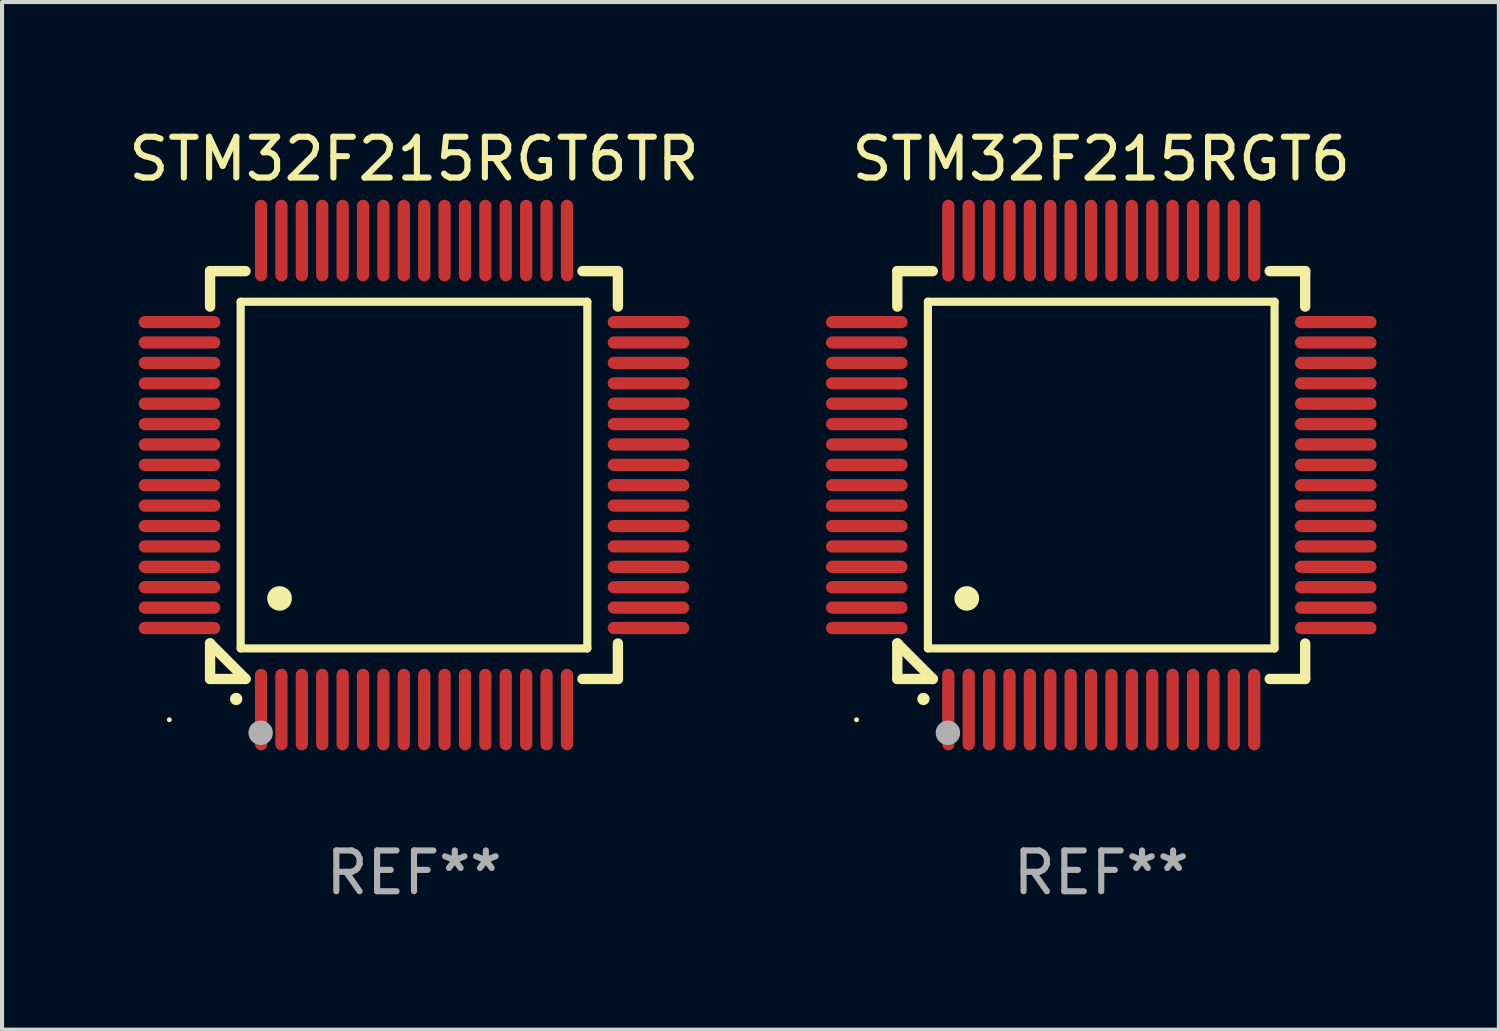
<source format=kicad_pcb>
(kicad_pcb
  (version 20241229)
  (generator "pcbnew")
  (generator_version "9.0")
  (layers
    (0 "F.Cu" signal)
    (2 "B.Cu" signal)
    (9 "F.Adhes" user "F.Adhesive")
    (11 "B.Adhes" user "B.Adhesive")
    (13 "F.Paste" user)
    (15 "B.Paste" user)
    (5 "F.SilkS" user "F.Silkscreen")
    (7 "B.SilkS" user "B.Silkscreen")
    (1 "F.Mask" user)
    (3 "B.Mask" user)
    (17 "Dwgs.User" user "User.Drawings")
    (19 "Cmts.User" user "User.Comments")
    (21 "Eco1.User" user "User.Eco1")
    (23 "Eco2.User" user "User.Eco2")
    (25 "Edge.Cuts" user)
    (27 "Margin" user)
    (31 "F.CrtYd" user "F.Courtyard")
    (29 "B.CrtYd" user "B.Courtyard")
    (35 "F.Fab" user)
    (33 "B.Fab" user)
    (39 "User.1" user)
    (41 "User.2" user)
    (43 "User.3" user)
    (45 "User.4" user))
  (footprint "STM32F215RGT6TR"
    (layer "F.Cu")
    (at 7.101 8.598)
    (property "Reference" "STM32F215RGT6TR" (at 0 -7.75 0) (layer "F.SilkS") (effects (font (size 1 1) (thickness 0.15))))
    (attr through_hole)
    (fp_line (start -5 -5) (end -4.131 -5) (stroke (width 0.254) (type solid)) (layer "F.SilkS"))
    (fp_line (start -5 -4.131) (end -5 -5) (stroke (width 0.254) (type solid)) (layer "F.SilkS"))
    (fp_line (start -5 4.131) (end -5 4.131) (stroke (width 0.254) (type solid)) (layer "F.SilkS"))
    (fp_line (start -5 5) (end -5 4.131) (stroke (width 0.254) (type solid)) (layer "F.SilkS"))
    (fp_line (start -5 4.131) (end -4.131 5) (stroke (width 0.254) (type solid)) (layer "F.SilkS"))
    (fp_line (start -4.25 -4.25) (end -4.25 4.25) (stroke (width 0.2) (type solid)) (layer "F.SilkS"))
    (fp_line (start -4.25 4.25) (end 4.25 4.25) (stroke (width 0.2) (type solid)) (layer "F.SilkS"))
    (fp_line (start -4.131 5) (end -5 5) (stroke (width 0.254) (type solid)) (layer "F.SilkS"))
    (fp_line (start 4.25 -4.25) (end -4.25 -4.25) (stroke (width 0.2) (type solid)) (layer "F.SilkS"))
    (fp_line (start 4.25 4.25) (end 4.25 -4.25) (stroke (width 0.2) (type solid)) (layer "F.SilkS"))
    (fp_line (start 5 -5) (end 4.131 -5) (stroke (width 0.254) (type solid)) (layer "F.SilkS"))
    (fp_line (start 5 -5) (end 5 -4.131) (stroke (width 0.254) (type solid)) (layer "F.SilkS"))
    (fp_line (start 5 4.131) (end 5 5) (stroke (width 0.254) (type solid)) (layer "F.SilkS"))
    (fp_line (start 5 5) (end 4.131 5) (stroke (width 0.254) (type solid)) (layer "F.SilkS"))
    (fp_arc (start -4.361265 5.489992) (mid -4.359995 5.489987) (end -4.358725 5.489992) (stroke (width 0.3) (type solid)) (layer "F.SilkS"))
    (fp_arc (start -3.299467 3.025146) (mid -3.296927 3.025135) (end -3.294387 3.025146) (stroke (width 0.6) (type solid)) (layer "F.SilkS"))
    (fp_circle (center -6 6) (end -5.97 6) (stroke (width 0.06) (type solid)) (fill no) (layer "F.SilkS"))
    (fp_circle (center -3.76 6.32) (end -3.61 6.32) (stroke (width 0.3) (type solid)) (fill no) (layer "F.Fab"))
    (fp_text user "REF**" (at 0 9.75 0) (layer "F.Fab") (effects (font (size 1 1) (thickness 0.15))))
    (pad "1" smd oval (at -3.75 5.75) (size 0.3 2) (layers "F.Cu" "F.Mask" "F.Paste"))
    (pad "2" smd oval (at -3.25 5.75) (size 0.3 2) (layers "F.Cu" "F.Mask" "F.Paste"))
    (pad "3" smd oval (at -2.75 5.75) (size 0.3 2) (layers "F.Cu" "F.Mask" "F.Paste"))
    (pad "4" smd oval (at -2.25 5.75) (size 0.3 2) (layers "F.Cu" "F.Mask" "F.Paste"))
    (pad "5" smd oval (at -1.75 5.75) (size 0.3 2) (layers "F.Cu" "F.Mask" "F.Paste"))
    (pad "6" smd oval (at -1.25 5.75) (size 0.3 2) (layers "F.Cu" "F.Mask" "F.Paste"))
    (pad "7" smd oval (at -0.75 5.75) (size 0.3 2) (layers "F.Cu" "F.Mask" "F.Paste"))
    (pad "8" smd oval (at -0.25 5.75) (size 0.3 2) (layers "F.Cu" "F.Mask" "F.Paste"))
    (pad "9" smd oval (at 0.25 5.75) (size 0.3 2) (layers "F.Cu" "F.Mask" "F.Paste"))
    (pad "10" smd oval (at 0.75 5.75) (size 0.3 2) (layers "F.Cu" "F.Mask" "F.Paste"))
    (pad "11" smd oval (at 1.25 5.75) (size 0.3 2) (layers "F.Cu" "F.Mask" "F.Paste"))
    (pad "12" smd oval (at 1.75 5.75) (size 0.3 2) (layers "F.Cu" "F.Mask" "F.Paste"))
    (pad "13" smd oval (at 2.25 5.75) (size 0.3 2) (layers "F.Cu" "F.Mask" "F.Paste"))
    (pad "14" smd oval (at 2.75 5.75) (size 0.3 2) (layers "F.Cu" "F.Mask" "F.Paste"))
    (pad "15" smd oval (at 3.25 5.75) (size 0.3 2) (layers "F.Cu" "F.Mask" "F.Paste"))
    (pad "16" smd oval (at 3.75 5.75) (size 0.3 2) (layers "F.Cu" "F.Mask" "F.Paste"))
    (pad "17" smd oval (at 5.75 3.75) (size 2 0.3) (layers "F.Cu" "F.Mask" "F.Paste"))
    (pad "18" smd oval (at 5.75 3.25) (size 2 0.3) (layers "F.Cu" "F.Mask" "F.Paste"))
    (pad "19" smd oval (at 5.75 2.75) (size 2 0.3) (layers "F.Cu" "F.Mask" "F.Paste"))
    (pad "20" smd oval (at 5.75 2.25) (size 2 0.3) (layers "F.Cu" "F.Mask" "F.Paste"))
    (pad "21" smd oval (at 5.75 1.75) (size 2 0.3) (layers "F.Cu" "F.Mask" "F.Paste"))
    (pad "22" smd oval (at 5.75 1.25) (size 2 0.3) (layers "F.Cu" "F.Mask" "F.Paste"))
    (pad "23" smd oval (at 5.75 0.75) (size 2 0.3) (layers "F.Cu" "F.Mask" "F.Paste"))
    (pad "24" smd oval (at 5.75 0.25) (size 2 0.3) (layers "F.Cu" "F.Mask" "F.Paste"))
    (pad "25" smd oval (at 5.75 -0.25) (size 2 0.3) (layers "F.Cu" "F.Mask" "F.Paste"))
    (pad "26" smd oval (at 5.75 -0.75) (size 2 0.3) (layers "F.Cu" "F.Mask" "F.Paste"))
    (pad "27" smd oval (at 5.75 -1.25) (size 2 0.3) (layers "F.Cu" "F.Mask" "F.Paste"))
    (pad "28" smd oval (at 5.75 -1.75) (size 2 0.3) (layers "F.Cu" "F.Mask" "F.Paste"))
    (pad "29" smd oval (at 5.75 -2.25) (size 2 0.3) (layers "F.Cu" "F.Mask" "F.Paste"))
    (pad "30" smd oval (at 5.75 -2.75) (size 2 0.3) (layers "F.Cu" "F.Mask" "F.Paste"))
    (pad "31" smd oval (at 5.75 -3.25) (size 2 0.3) (layers "F.Cu" "F.Mask" "F.Paste"))
    (pad "32" smd oval (at 5.75 -3.75) (size 2 0.3) (layers "F.Cu" "F.Mask" "F.Paste"))
    (pad "33" smd oval (at 3.75 -5.75) (size 0.3 2) (layers "F.Cu" "F.Mask" "F.Paste"))
    (pad "34" smd oval (at 3.25 -5.75) (size 0.3 2) (layers "F.Cu" "F.Mask" "F.Paste"))
    (pad "35" smd oval (at 2.75 -5.75) (size 0.3 2) (layers "F.Cu" "F.Mask" "F.Paste"))
    (pad "36" smd oval (at 2.25 -5.75) (size 0.3 2) (layers "F.Cu" "F.Mask" "F.Paste"))
    (pad "37" smd oval (at 1.75 -5.75) (size 0.3 2) (layers "F.Cu" "F.Mask" "F.Paste"))
    (pad "38" smd oval (at 1.25 -5.75) (size 0.3 2) (layers "F.Cu" "F.Mask" "F.Paste"))
    (pad "39" smd oval (at 0.75 -5.75) (size 0.3 2) (layers "F.Cu" "F.Mask" "F.Paste"))
    (pad "40" smd oval (at 0.25 -5.75) (size 0.3 2) (layers "F.Cu" "F.Mask" "F.Paste"))
    (pad "41" smd oval (at -0.25 -5.75) (size 0.3 2) (layers "F.Cu" "F.Mask" "F.Paste"))
    (pad "42" smd oval (at -0.75 -5.75) (size 0.3 2) (layers "F.Cu" "F.Mask" "F.Paste"))
    (pad "43" smd oval (at -1.25 -5.75) (size 0.3 2) (layers "F.Cu" "F.Mask" "F.Paste"))
    (pad "44" smd oval (at -1.75 -5.75) (size 0.3 2) (layers "F.Cu" "F.Mask" "F.Paste"))
    (pad "45" smd oval (at -2.25 -5.75) (size 0.3 2) (layers "F.Cu" "F.Mask" "F.Paste"))
    (pad "46" smd oval (at -2.75 -5.75) (size 0.3 2) (layers "F.Cu" "F.Mask" "F.Paste"))
    (pad "47" smd oval (at -3.25 -5.75) (size 0.3 2) (layers "F.Cu" "F.Mask" "F.Paste"))
    (pad "48" smd oval (at -3.75 -5.75) (size 0.3 2) (layers "F.Cu" "F.Mask" "F.Paste"))
    (pad "49" smd oval (at -5.75 -3.75) (size 2 0.3) (layers "F.Cu" "F.Mask" "F.Paste"))
    (pad "50" smd oval (at -5.75 -3.25) (size 2 0.3) (layers "F.Cu" "F.Mask" "F.Paste"))
    (pad "51" smd oval (at -5.75 -2.75) (size 2 0.3) (layers "F.Cu" "F.Mask" "F.Paste"))
    (pad "52" smd oval (at -5.75 -2.25) (size 2 0.3) (layers "F.Cu" "F.Mask" "F.Paste"))
    (pad "53" smd oval (at -5.75 -1.75) (size 2 0.3) (layers "F.Cu" "F.Mask" "F.Paste"))
    (pad "54" smd oval (at -5.75 -1.25) (size 2 0.3) (layers "F.Cu" "F.Mask" "F.Paste"))
    (pad "55" smd oval (at -5.75 -0.75) (size 2 0.3) (layers "F.Cu" "F.Mask" "F.Paste"))
    (pad "56" smd oval (at -5.75 -0.25) (size 2 0.3) (layers "F.Cu" "F.Mask" "F.Paste"))
    (pad "57" smd oval (at -5.75 0.25) (size 2 0.3) (layers "F.Cu" "F.Mask" "F.Paste"))
    (pad "58" smd oval (at -5.75 0.75) (size 2 0.3) (layers "F.Cu" "F.Mask" "F.Paste"))
    (pad "59" smd oval (at -5.75 1.25) (size 2 0.3) (layers "F.Cu" "F.Mask" "F.Paste"))
    (pad "60" smd oval (at -5.75 1.75) (size 2 0.3) (layers "F.Cu" "F.Mask" "F.Paste"))
    (pad "61" smd oval (at -5.75 2.25) (size 2 0.3) (layers "F.Cu" "F.Mask" "F.Paste"))
    (pad "62" smd oval (at -5.75 2.75) (size 2 0.3) (layers "F.Cu" "F.Mask" "F.Paste"))
    (pad "63" smd oval (at -5.75 3.25) (size 2 0.3) (layers "F.Cu" "F.Mask" "F.Paste"))
    (pad "64" smd oval (at -5.75 3.75) (size 2 0.3) (layers "F.Cu" "F.Mask" "F.Paste")))
  (footprint "STM32F215RGT6"
    (layer "F.Cu")
    (at 23.952 8.598)
    (property "Reference" "STM32F215RGT6" (at 0 -7.75 0) (layer "F.SilkS") (effects (font (size 1 1) (thickness 0.15))))
    (attr through_hole)
    (fp_line (start -5 -5) (end -4.131 -5) (stroke (width 0.254) (type solid)) (layer "F.SilkS"))
    (fp_line (start -5 -4.131) (end -5 -5) (stroke (width 0.254) (type solid)) (layer "F.SilkS"))
    (fp_line (start -5 4.131) (end -5 4.131) (stroke (width 0.254) (type solid)) (layer "F.SilkS"))
    (fp_line (start -5 5) (end -5 4.131) (stroke (width 0.254) (type solid)) (layer "F.SilkS"))
    (fp_line (start -5 4.131) (end -4.131 5) (stroke (width 0.254) (type solid)) (layer "F.SilkS"))
    (fp_line (start -4.25 -4.25) (end -4.25 4.25) (stroke (width 0.2) (type solid)) (layer "F.SilkS"))
    (fp_line (start -4.25 4.25) (end 4.25 4.25) (stroke (width 0.2) (type solid)) (layer "F.SilkS"))
    (fp_line (start -4.131 5) (end -5 5) (stroke (width 0.254) (type solid)) (layer "F.SilkS"))
    (fp_line (start 4.25 -4.25) (end -4.25 -4.25) (stroke (width 0.2) (type solid)) (layer "F.SilkS"))
    (fp_line (start 4.25 4.25) (end 4.25 -4.25) (stroke (width 0.2) (type solid)) (layer "F.SilkS"))
    (fp_line (start 5 -5) (end 4.131 -5) (stroke (width 0.254) (type solid)) (layer "F.SilkS"))
    (fp_line (start 5 -5) (end 5 -4.131) (stroke (width 0.254) (type solid)) (layer "F.SilkS"))
    (fp_line (start 5 4.131) (end 5 5) (stroke (width 0.254) (type solid)) (layer "F.SilkS"))
    (fp_line (start 5 5) (end 4.131 5) (stroke (width 0.254) (type solid)) (layer "F.SilkS"))
    (fp_arc (start -4.361265 5.489992) (mid -4.359995 5.489987) (end -4.358725 5.489992) (stroke (width 0.3) (type solid)) (layer "F.SilkS"))
    (fp_arc (start -3.299467 3.025146) (mid -3.296927 3.025135) (end -3.294387 3.025146) (stroke (width 0.6) (type solid)) (layer "F.SilkS"))
    (fp_circle (center -6 6) (end -5.97 6) (stroke (width 0.06) (type solid)) (fill no) (layer "F.SilkS"))
    (fp_circle (center -3.76 6.32) (end -3.61 6.32) (stroke (width 0.3) (type solid)) (fill no) (layer "F.Fab"))
    (fp_text user "REF**" (at 0 9.75 0) (layer "F.Fab") (effects (font (size 1 1) (thickness 0.15))))
    (pad "1" smd oval (at -3.75 5.75) (size 0.3 2) (layers "F.Cu" "F.Mask" "F.Paste"))
    (pad "2" smd oval (at -3.25 5.75) (size 0.3 2) (layers "F.Cu" "F.Mask" "F.Paste"))
    (pad "3" smd oval (at -2.75 5.75) (size 0.3 2) (layers "F.Cu" "F.Mask" "F.Paste"))
    (pad "4" smd oval (at -2.25 5.75) (size 0.3 2) (layers "F.Cu" "F.Mask" "F.Paste"))
    (pad "5" smd oval (at -1.75 5.75) (size 0.3 2) (layers "F.Cu" "F.Mask" "F.Paste"))
    (pad "6" smd oval (at -1.25 5.75) (size 0.3 2) (layers "F.Cu" "F.Mask" "F.Paste"))
    (pad "7" smd oval (at -0.75 5.75) (size 0.3 2) (layers "F.Cu" "F.Mask" "F.Paste"))
    (pad "8" smd oval (at -0.25 5.75) (size 0.3 2) (layers "F.Cu" "F.Mask" "F.Paste"))
    (pad "9" smd oval (at 0.25 5.75) (size 0.3 2) (layers "F.Cu" "F.Mask" "F.Paste"))
    (pad "10" smd oval (at 0.75 5.75) (size 0.3 2) (layers "F.Cu" "F.Mask" "F.Paste"))
    (pad "11" smd oval (at 1.25 5.75) (size 0.3 2) (layers "F.Cu" "F.Mask" "F.Paste"))
    (pad "12" smd oval (at 1.75 5.75) (size 0.3 2) (layers "F.Cu" "F.Mask" "F.Paste"))
    (pad "13" smd oval (at 2.25 5.75) (size 0.3 2) (layers "F.Cu" "F.Mask" "F.Paste"))
    (pad "14" smd oval (at 2.75 5.75) (size 0.3 2) (layers "F.Cu" "F.Mask" "F.Paste"))
    (pad "15" smd oval (at 3.25 5.75) (size 0.3 2) (layers "F.Cu" "F.Mask" "F.Paste"))
    (pad "16" smd oval (at 3.75 5.75) (size 0.3 2) (layers "F.Cu" "F.Mask" "F.Paste"))
    (pad "17" smd oval (at 5.75 3.75) (size 2 0.3) (layers "F.Cu" "F.Mask" "F.Paste"))
    (pad "18" smd oval (at 5.75 3.25) (size 2 0.3) (layers "F.Cu" "F.Mask" "F.Paste"))
    (pad "19" smd oval (at 5.75 2.75) (size 2 0.3) (layers "F.Cu" "F.Mask" "F.Paste"))
    (pad "20" smd oval (at 5.75 2.25) (size 2 0.3) (layers "F.Cu" "F.Mask" "F.Paste"))
    (pad "21" smd oval (at 5.75 1.75) (size 2 0.3) (layers "F.Cu" "F.Mask" "F.Paste"))
    (pad "22" smd oval (at 5.75 1.25) (size 2 0.3) (layers "F.Cu" "F.Mask" "F.Paste"))
    (pad "23" smd oval (at 5.75 0.75) (size 2 0.3) (layers "F.Cu" "F.Mask" "F.Paste"))
    (pad "24" smd oval (at 5.75 0.25) (size 2 0.3) (layers "F.Cu" "F.Mask" "F.Paste"))
    (pad "25" smd oval (at 5.75 -0.25) (size 2 0.3) (layers "F.Cu" "F.Mask" "F.Paste"))
    (pad "26" smd oval (at 5.75 -0.75) (size 2 0.3) (layers "F.Cu" "F.Mask" "F.Paste"))
    (pad "27" smd oval (at 5.75 -1.25) (size 2 0.3) (layers "F.Cu" "F.Mask" "F.Paste"))
    (pad "28" smd oval (at 5.75 -1.75) (size 2 0.3) (layers "F.Cu" "F.Mask" "F.Paste"))
    (pad "29" smd oval (at 5.75 -2.25) (size 2 0.3) (layers "F.Cu" "F.Mask" "F.Paste"))
    (pad "30" smd oval (at 5.75 -2.75) (size 2 0.3) (layers "F.Cu" "F.Mask" "F.Paste"))
    (pad "31" smd oval (at 5.75 -3.25) (size 2 0.3) (layers "F.Cu" "F.Mask" "F.Paste"))
    (pad "32" smd oval (at 5.75 -3.75) (size 2 0.3) (layers "F.Cu" "F.Mask" "F.Paste"))
    (pad "33" smd oval (at 3.75 -5.75) (size 0.3 2) (layers "F.Cu" "F.Mask" "F.Paste"))
    (pad "34" smd oval (at 3.25 -5.75) (size 0.3 2) (layers "F.Cu" "F.Mask" "F.Paste"))
    (pad "35" smd oval (at 2.75 -5.75) (size 0.3 2) (layers "F.Cu" "F.Mask" "F.Paste"))
    (pad "36" smd oval (at 2.25 -5.75) (size 0.3 2) (layers "F.Cu" "F.Mask" "F.Paste"))
    (pad "37" smd oval (at 1.75 -5.75) (size 0.3 2) (layers "F.Cu" "F.Mask" "F.Paste"))
    (pad "38" smd oval (at 1.25 -5.75) (size 0.3 2) (layers "F.Cu" "F.Mask" "F.Paste"))
    (pad "39" smd oval (at 0.75 -5.75) (size 0.3 2) (layers "F.Cu" "F.Mask" "F.Paste"))
    (pad "40" smd oval (at 0.25 -5.75) (size 0.3 2) (layers "F.Cu" "F.Mask" "F.Paste"))
    (pad "41" smd oval (at -0.25 -5.75) (size 0.3 2) (layers "F.Cu" "F.Mask" "F.Paste"))
    (pad "42" smd oval (at -0.75 -5.75) (size 0.3 2) (layers "F.Cu" "F.Mask" "F.Paste"))
    (pad "43" smd oval (at -1.25 -5.75) (size 0.3 2) (layers "F.Cu" "F.Mask" "F.Paste"))
    (pad "44" smd oval (at -1.75 -5.75) (size 0.3 2) (layers "F.Cu" "F.Mask" "F.Paste"))
    (pad "45" smd oval (at -2.25 -5.75) (size 0.3 2) (layers "F.Cu" "F.Mask" "F.Paste"))
    (pad "46" smd oval (at -2.75 -5.75) (size 0.3 2) (layers "F.Cu" "F.Mask" "F.Paste"))
    (pad "47" smd oval (at -3.25 -5.75) (size 0.3 2) (layers "F.Cu" "F.Mask" "F.Paste"))
    (pad "48" smd oval (at -3.75 -5.75) (size 0.3 2) (layers "F.Cu" "F.Mask" "F.Paste"))
    (pad "49" smd oval (at -5.75 -3.75) (size 2 0.3) (layers "F.Cu" "F.Mask" "F.Paste"))
    (pad "50" smd oval (at -5.75 -3.25) (size 2 0.3) (layers "F.Cu" "F.Mask" "F.Paste"))
    (pad "51" smd oval (at -5.75 -2.75) (size 2 0.3) (layers "F.Cu" "F.Mask" "F.Paste"))
    (pad "52" smd oval (at -5.75 -2.25) (size 2 0.3) (layers "F.Cu" "F.Mask" "F.Paste"))
    (pad "53" smd oval (at -5.75 -1.75) (size 2 0.3) (layers "F.Cu" "F.Mask" "F.Paste"))
    (pad "54" smd oval (at -5.75 -1.25) (size 2 0.3) (layers "F.Cu" "F.Mask" "F.Paste"))
    (pad "55" smd oval (at -5.75 -0.75) (size 2 0.3) (layers "F.Cu" "F.Mask" "F.Paste"))
    (pad "56" smd oval (at -5.75 -0.25) (size 2 0.3) (layers "F.Cu" "F.Mask" "F.Paste"))
    (pad "57" smd oval (at -5.75 0.25) (size 2 0.3) (layers "F.Cu" "F.Mask" "F.Paste"))
    (pad "58" smd oval (at -5.75 0.75) (size 2 0.3) (layers "F.Cu" "F.Mask" "F.Paste"))
    (pad "59" smd oval (at -5.75 1.25) (size 2 0.3) (layers "F.Cu" "F.Mask" "F.Paste"))
    (pad "60" smd oval (at -5.75 1.75) (size 2 0.3) (layers "F.Cu" "F.Mask" "F.Paste"))
    (pad "61" smd oval (at -5.75 2.25) (size 2 0.3) (layers "F.Cu" "F.Mask" "F.Paste"))
    (pad "62" smd oval (at -5.75 2.75) (size 2 0.3) (layers "F.Cu" "F.Mask" "F.Paste"))
    (pad "63" smd oval (at -5.75 3.25) (size 2 0.3) (layers "F.Cu" "F.Mask" "F.Paste"))
    (pad "64" smd oval (at -5.75 3.75) (size 2 0.3) (layers "F.Cu" "F.Mask" "F.Paste")))
  (gr_rect
    (start -3 -3)
    (end 33.702 22.196)
    (stroke (width 0.1) (type default))
    (fill no)
    (layer "Edge.Cuts")))
</source>
